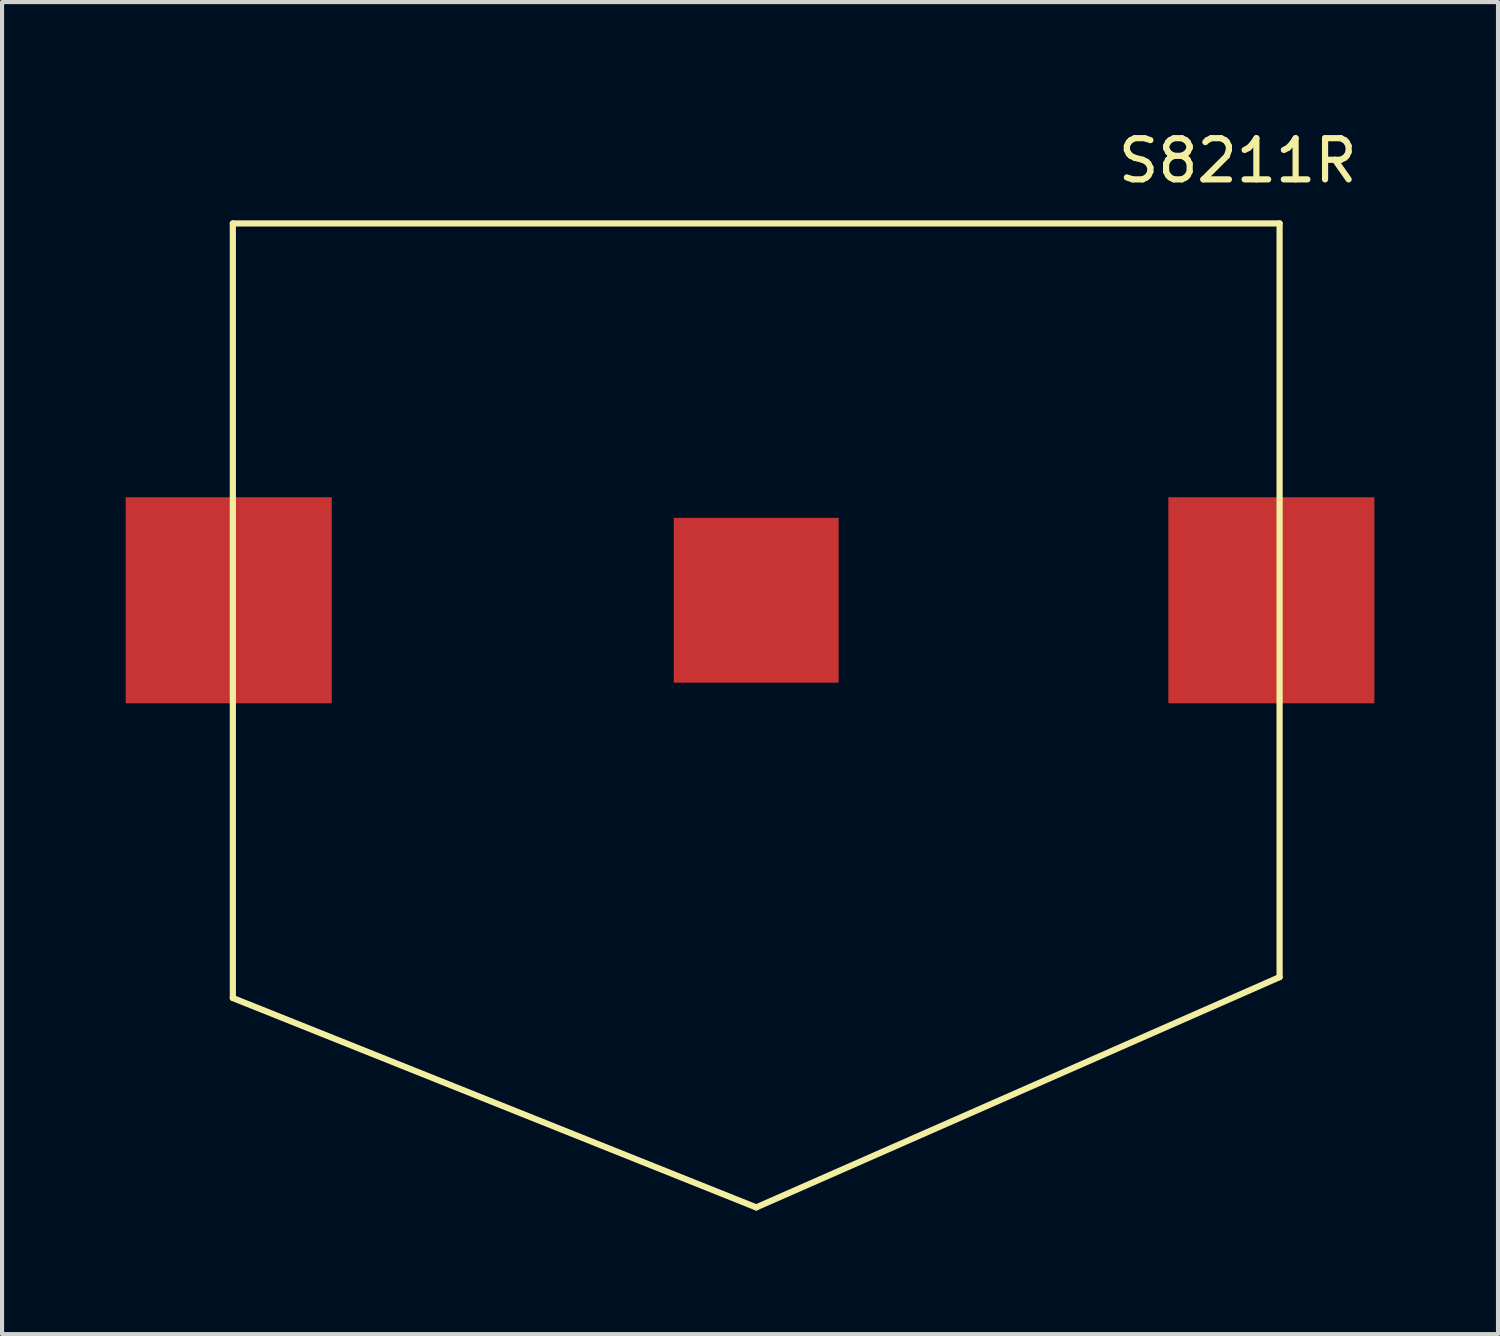
<source format=kicad_pcb>
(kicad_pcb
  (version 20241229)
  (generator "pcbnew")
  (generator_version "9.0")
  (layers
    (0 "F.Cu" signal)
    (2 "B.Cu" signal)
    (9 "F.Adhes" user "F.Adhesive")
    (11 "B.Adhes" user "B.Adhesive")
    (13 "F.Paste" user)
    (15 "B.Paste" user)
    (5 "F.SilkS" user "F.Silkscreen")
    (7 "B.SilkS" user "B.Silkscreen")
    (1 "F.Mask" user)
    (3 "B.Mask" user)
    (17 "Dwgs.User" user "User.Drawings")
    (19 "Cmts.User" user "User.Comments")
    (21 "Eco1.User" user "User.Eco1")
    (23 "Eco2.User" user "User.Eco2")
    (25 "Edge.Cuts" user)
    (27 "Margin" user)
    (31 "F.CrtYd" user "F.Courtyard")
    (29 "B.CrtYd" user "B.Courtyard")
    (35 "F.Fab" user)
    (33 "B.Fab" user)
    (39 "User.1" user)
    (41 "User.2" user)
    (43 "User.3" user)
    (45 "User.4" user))
  (footprint "S8211R"
    (layer "F.Cu")
    (at 15.3 11.516)
    (property "Reference" "S8211R" (at 11.684 -10.668 0) (layer "F.SilkS") (effects (font (size 1 1) (thickness 0.15))))
    (attr through_hole)
    (fp_line (start -12.7 -9.144) (end 12.7 -9.144) (stroke (width 0.15) (type solid)) (layer "F.SilkS"))
    (fp_line (start -12.7 9.652) (end -12.7 -9.144) (stroke (width 0.15) (type solid)) (layer "F.SilkS"))
    (fp_line (start 0 14.732) (end -12.7 9.652) (stroke (width 0.15) (type solid)) (layer "F.SilkS"))
    (fp_line (start 12.7 -9.144) (end 12.7 9.144) (stroke (width 0.15) (type solid)) (layer "F.SilkS"))
    (fp_line (start 12.7 9.144) (end 0 14.732) (stroke (width 0.15) (type solid)) (layer "F.SilkS"))
    (pad "1" smd rect (at -12.8 0) (size 5 5) (layers "F.Cu" "F.Mask" "F.Paste"))
    (pad "1" smd rect (at 12.5 0) (size 5 5) (layers "F.Cu" "F.Mask" "F.Paste"))
    (pad "2" smd rect (at 0 0) (size 4 4) (layers "F.Cu" "F.Mask" "F.Paste")))
  (gr_rect
    (start -3 -3)
    (end 33.3 29.323)
    (stroke (width 0.1) (type default))
    (fill no)
    (layer "Edge.Cuts")))
</source>
